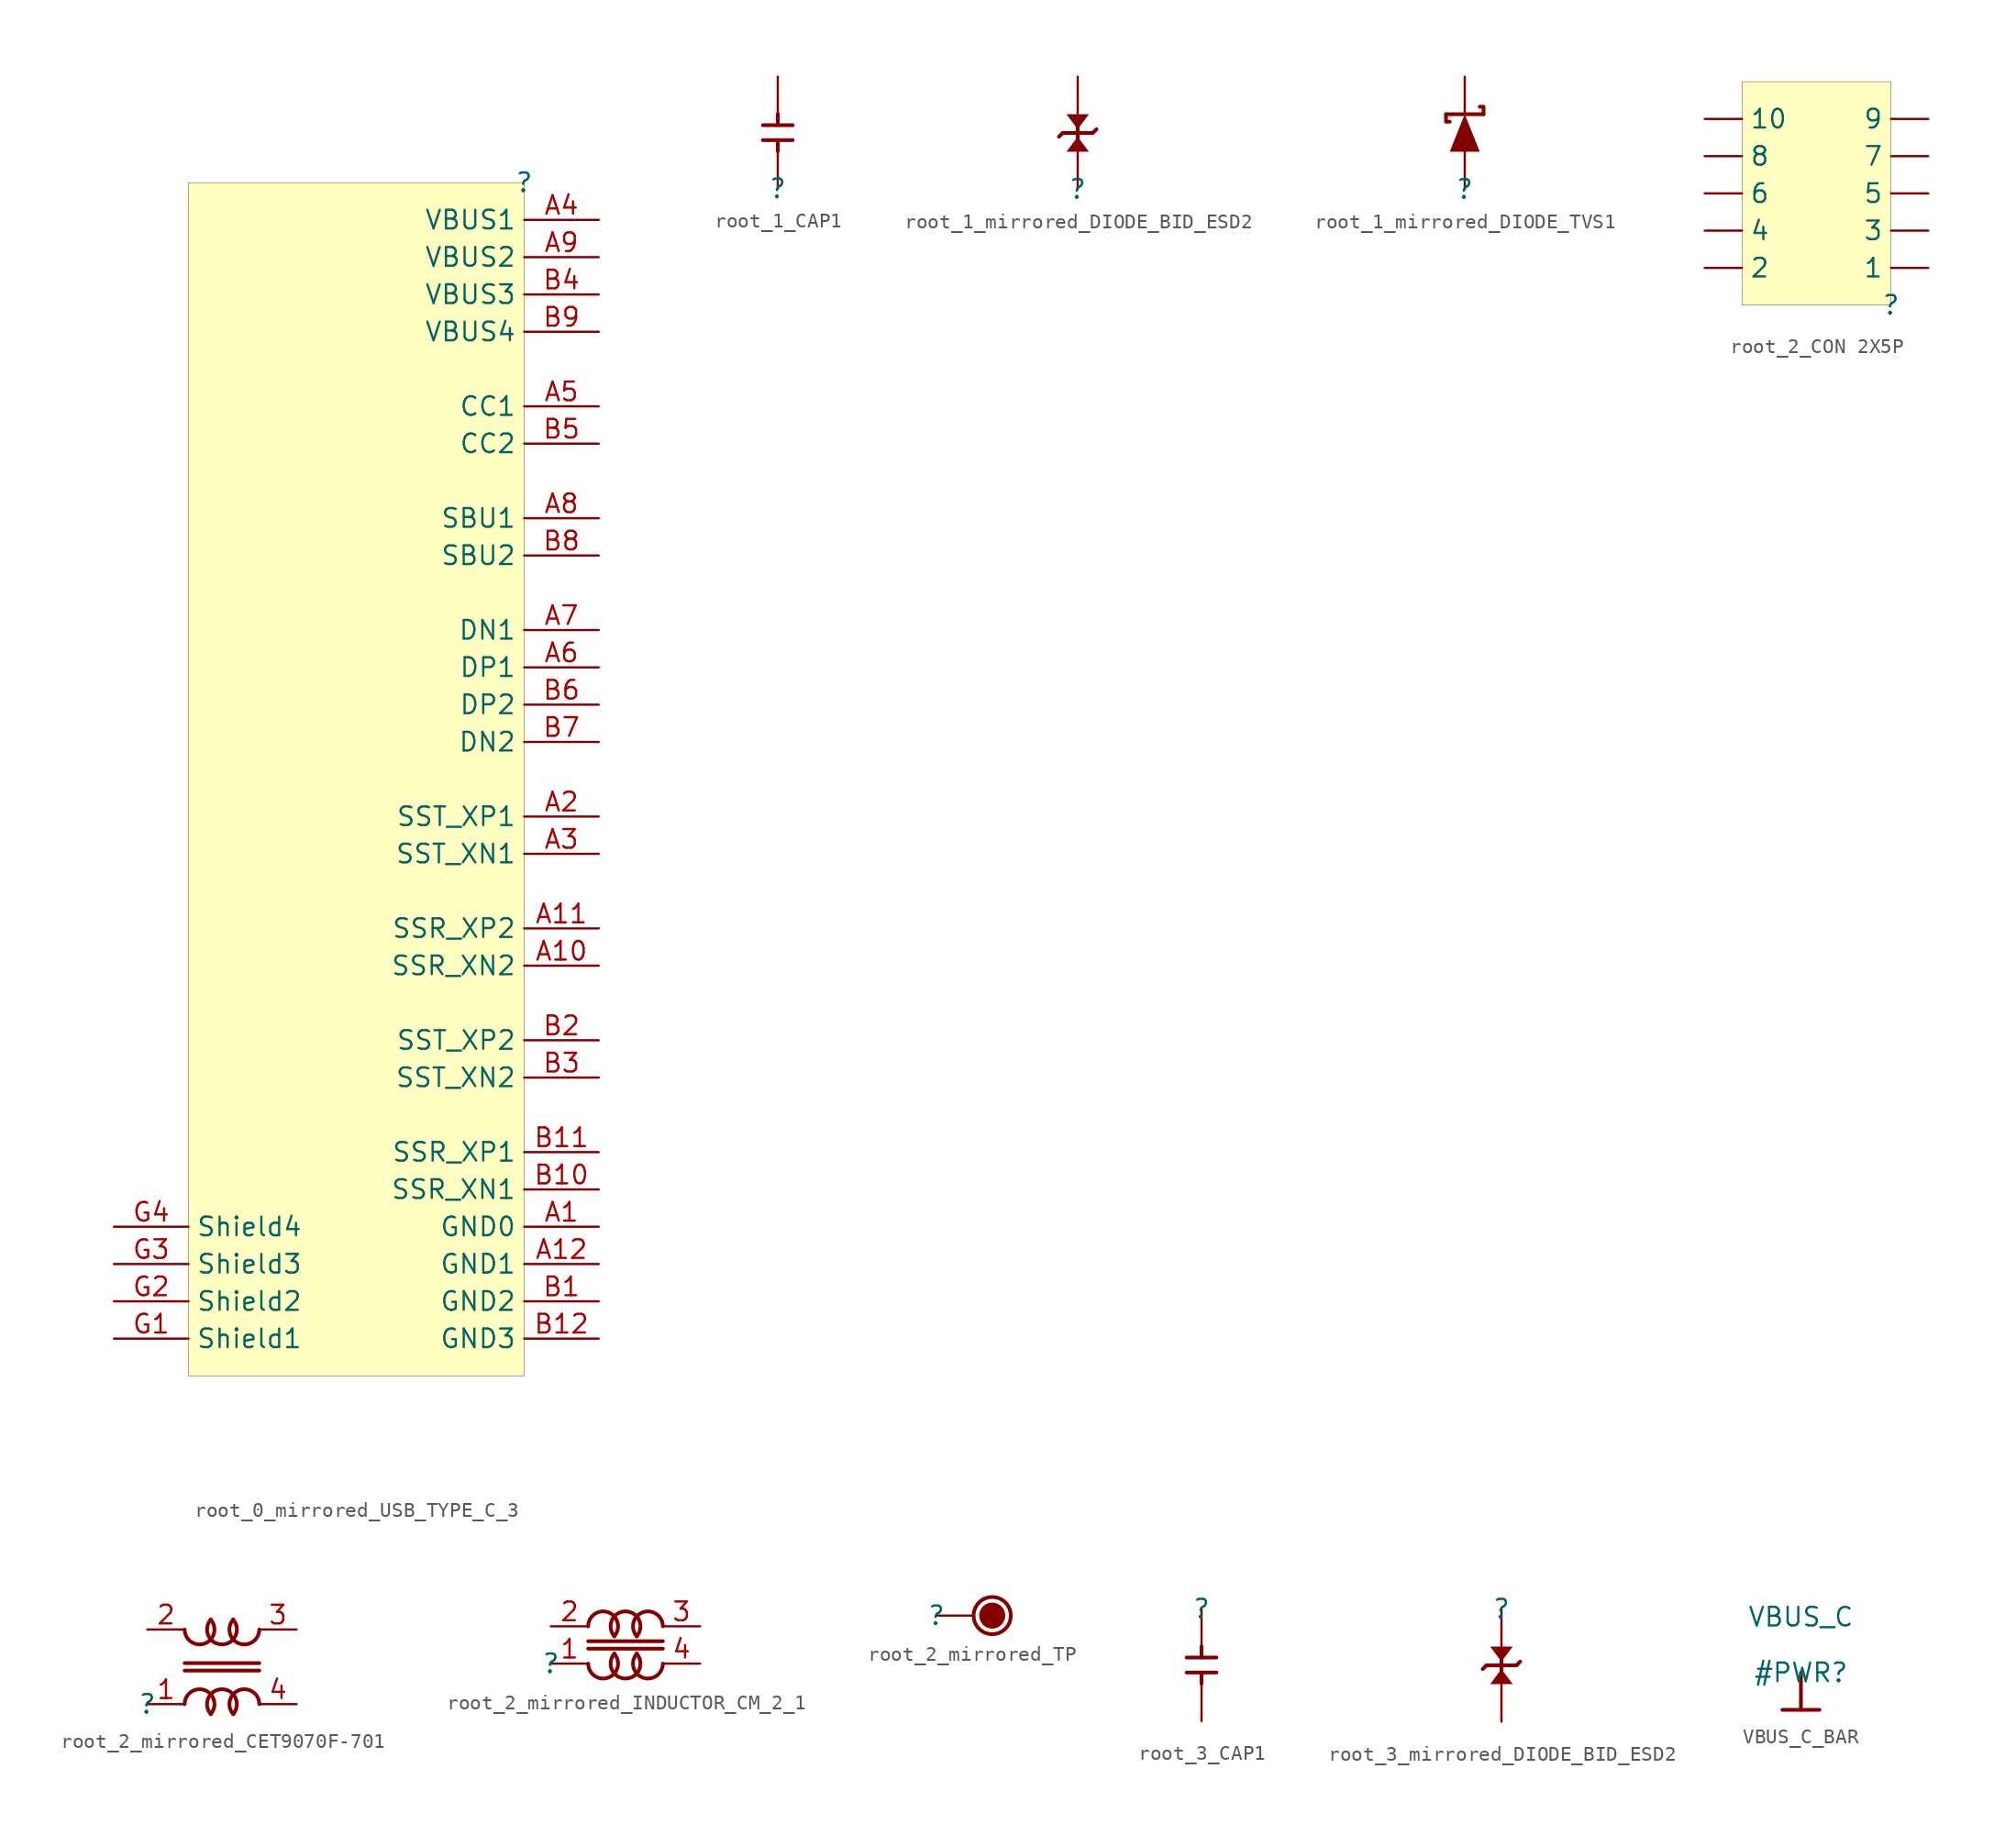
<source format=kicad_sym>
(kicad_symbol_lib
  (version 20231120)
  (generator "kicad_symbol_editor")
  (generator_version "8.0")
  (symbol "root_0_mirrored_USB_TYPE_C_3"
    (property "Reference" ""
      (at 0 0 0)
      (effects (font (size 1.27 1.27))))
    (property "Value" ""
      (at 0 0 0)
      (effects (font (size 1.27 1.27))))
    (symbol "root_0_mirrored_USB_TYPE_C_3_1_0"
      (rectangle (start 0 0) (end -22.86 -81.28) (stroke (width 0.025) (type solid) (color 128 0 0 1)) (fill (type background)))
      (pin passive line (at 5.08 -71.12 180) (length 5.08) (name "GND0" (effects (font (size 1.27 1.27)))) (number "A1" (effects (font (size 1.27 1.27)))))
      (pin passive line (at 5.08 -53.34 180) (length 5.08) (name "SSR_XN2" (effects (font (size 1.27 1.27)))) (number "A10" (effects (font (size 1.27 1.27)))))
      (pin passive line (at 5.08 -50.8 180) (length 5.08) (name "SSR_XP2" (effects (font (size 1.27 1.27)))) (number "A11" (effects (font (size 1.27 1.27)))))
      (pin passive line (at 5.08 -73.66 180) (length 5.08) (name "GND1" (effects (font (size 1.27 1.27)))) (number "A12" (effects (font (size 1.27 1.27)))))
      (pin passive line (at 5.08 -43.18 180) (length 5.08) (name "SST_XP1" (effects (font (size 1.27 1.27)))) (number "A2" (effects (font (size 1.27 1.27)))))
      (pin passive line (at 5.08 -45.72 180) (length 5.08) (name "SST_XN1" (effects (font (size 1.27 1.27)))) (number "A3" (effects (font (size 1.27 1.27)))))
      (pin passive line (at 5.08 -2.54 180) (length 5.08) (name "VBUS1" (effects (font (size 1.27 1.27)))) (number "A4" (effects (font (size 1.27 1.27)))))
      (pin passive line (at 5.08 -15.24 180) (length 5.08) (name "CC1" (effects (font (size 1.27 1.27)))) (number "A5" (effects (font (size 1.27 1.27)))))
      (pin passive line (at 5.08 -33.02 180) (length 5.08) (name "DP1" (effects (font (size 1.27 1.27)))) (number "A6" (effects (font (size 1.27 1.27)))))
      (pin passive line (at 5.08 -30.48 180) (length 5.08) (name "DN1" (effects (font (size 1.27 1.27)))) (number "A7" (effects (font (size 1.27 1.27)))))
      (pin passive line (at 5.08 -22.86 180) (length 5.08) (name "SBU1" (effects (font (size 1.27 1.27)))) (number "A8" (effects (font (size 1.27 1.27)))))
      (pin passive line (at 5.08 -5.08 180) (length 5.08) (name "VBUS2" (effects (font (size 1.27 1.27)))) (number "A9" (effects (font (size 1.27 1.27)))))
      (pin passive line (at 5.08 -76.2 180) (length 5.08) (name "GND2" (effects (font (size 1.27 1.27)))) (number "B1" (effects (font (size 1.27 1.27)))))
      (pin passive line (at 5.08 -68.58 180) (length 5.08) (name "SSR_XN1" (effects (font (size 1.27 1.27)))) (number "B10" (effects (font (size 1.27 1.27)))))
      (pin passive line (at 5.08 -66.04 180) (length 5.08) (name "SSR_XP1" (effects (font (size 1.27 1.27)))) (number "B11" (effects (font (size 1.27 1.27)))))
      (pin passive line (at 5.08 -78.74 180) (length 5.08) (name "GND3" (effects (font (size 1.27 1.27)))) (number "B12" (effects (font (size 1.27 1.27)))))
      (pin passive line (at 5.08 -58.42 180) (length 5.08) (name "SST_XP2" (effects (font (size 1.27 1.27)))) (number "B2" (effects (font (size 1.27 1.27)))))
      (pin passive line (at 5.08 -60.96 180) (length 5.08) (name "SST_XN2" (effects (font (size 1.27 1.27)))) (number "B3" (effects (font (size 1.27 1.27)))))
      (pin passive line (at 5.08 -7.62 180) (length 5.08) (name "VBUS3" (effects (font (size 1.27 1.27)))) (number "B4" (effects (font (size 1.27 1.27)))))
      (pin passive line (at 5.08 -17.78 180) (length 5.08) (name "CC2" (effects (font (size 1.27 1.27)))) (number "B5" (effects (font (size 1.27 1.27)))))
      (pin passive line (at 5.08 -35.56 180) (length 5.08) (name "DP2" (effects (font (size 1.27 1.27)))) (number "B6" (effects (font (size 1.27 1.27)))))
      (pin passive line (at 5.08 -38.1 180) (length 5.08) (name "DN2" (effects (font (size 1.27 1.27)))) (number "B7" (effects (font (size 1.27 1.27)))))
      (pin passive line (at 5.08 -25.4 180) (length 5.08) (name "SBU2" (effects (font (size 1.27 1.27)))) (number "B8" (effects (font (size 1.27 1.27)))))
      (pin passive line (at 5.08 -10.16 180) (length 5.08) (name "VBUS4" (effects (font (size 1.27 1.27)))) (number "B9" (effects (font (size 1.27 1.27)))))
      (pin passive line (at -27.94 -78.74 0) (length 5.08) (name "Shield1" (effects (font (size 1.27 1.27)))) (number "G1" (effects (font (size 1.27 1.27)))))
      (pin passive line (at -27.94 -76.2 0) (length 5.08) (name "Shield2" (effects (font (size 1.27 1.27)))) (number "G2" (effects (font (size 1.27 1.27)))))
      (pin passive line (at -27.94 -73.66 0) (length 5.08) (name "Shield3" (effects (font (size 1.27 1.27)))) (number "G3" (effects (font (size 1.27 1.27)))))
      (pin passive line (at -27.94 -71.12 0) (length 5.08) (name "Shield4" (effects (font (size 1.27 1.27)))) (number "G4" (effects (font (size 1.27 1.27)))))))
  (symbol "root_1_CAP1"
    (property "Reference" ""
      (at 0 0 0)
      (effects (font (size 1.27 1.27))))
    (property "Value" ""
      (at 0 0 0)
      (effects (font (size 1.27 1.27))))
    (symbol "root_1_CAP1_1_0"
      (polyline (pts (xy -1.016 3.302) (xy 1.016 3.302)) (stroke (width 0.254) (type solid)) (fill (type none)))
      (polyline (pts (xy -1.016 4.318) (xy 1.016 4.318)) (stroke (width 0.254) (type solid)) (fill (type none)))
      (polyline (pts (xy 0 2.54) (xy 0 3.302)) (stroke (width 0.254) (type solid)) (fill (type none)))
      (polyline (pts (xy 0 5.08) (xy 0 4.318)) (stroke (width 0.254) (type solid)) (fill (type none)))
      (pin passive line (at 0 0 90) (length 2.54) (name "1" (effects (font (size 0 0)))) (number "1" (effects (font (size 0 0)))))
      (pin passive line (at 0 7.62 270) (length 2.54) (name "2" (effects (font (size 0 0)))) (number "2" (effects (font (size 0 0)))))))
  (symbol "root_1_mirrored_DIODE_BID_ESD2"
    (property "Reference" ""
      (at 0 0 0)
      (effects (font (size 1.27 1.27))))
    (property "Value" ""
      (at 0 0 0)
      (effects (font (size 1.27 1.27))))
    (symbol "root_1_mirrored_DIODE_BID_ESD2_1_0"
      (polyline (pts (xy -1.016 3.81) (xy -1.27 3.556)) (stroke (width 0.254) (type solid)) (fill (type none)))
      (polyline (pts (xy 0 3.302) (xy 0 4.318)) (stroke (width 0.254) (type solid)) (fill (type none)))
      (polyline (pts (xy 1.016 3.81) (xy -1.016 3.81)) (stroke (width 0.254) (type solid)) (fill (type none)))
      (polyline (pts (xy 1.016 3.81) (xy 1.27 4.064)) (stroke (width 0.254) (type solid)) (fill (type none)))
      (polyline (pts (xy 0 3.556) (xy 0.762 2.54) (xy -0.762 2.54) (xy 0 3.556)) (stroke (width -0.0001) (type solid)) (fill (type outline)))
      (polyline (pts (xy 0 4.064) (xy -0.762 5.08) (xy 0.762 5.08) (xy 0 4.064)) (stroke (width -0.0001) (type solid)) (fill (type outline)))
      (pin passive line (at 0 0 90) (length 2.54) (name "1" (effects (font (size 0 0)))) (number "1" (effects (font (size 0 0)))))
      (pin passive line (at 0 7.62 270) (length 2.54) (name "2" (effects (font (size 0 0)))) (number "2" (effects (font (size 0 0)))))))
  (symbol "root_1_mirrored_DIODE_TVS1"
    (property "Reference" ""
      (at 0 0 0)
      (effects (font (size 1.27 1.27))))
    (property "Value" ""
      (at 0 0 0)
      (effects (font (size 1.27 1.27))))
    (symbol "root_1_mirrored_DIODE_TVS1_1_0"
      (polyline (pts (xy 1.27 5.08) (xy -1.27 5.08)) (stroke (width 0.254) (type solid)) (fill (type none)))
      (polyline (pts (xy -1.27 5.08) (xy -1.27 4.572) (xy -1.016 4.572)) (stroke (width 0.254) (type solid)) (fill (type none)))
      (polyline (pts (xy 1.27 5.08) (xy 1.27 5.588) (xy 1.016 5.588)) (stroke (width 0.254) (type solid)) (fill (type none)))
      (polyline (pts (xy 0 5.08) (xy 1.016 2.54) (xy -1.016 2.54) (xy 0 5.08)) (stroke (width -0.0001) (type solid)) (fill (type outline)))
      (pin passive line (at 0 0 90) (length 2.54) (name "A" (effects (font (size 0 0)))) (number "A" (effects (font (size 0 0)))))
      (pin passive line (at 0 7.62 270) (length 2.54) (name "K" (effects (font (size 0 0)))) (number "K" (effects (font (size 0 0)))))))
  (symbol "root_2_CON 2X5P"
    (property "Reference" ""
      (at 0 0 0)
      (effects (font (size 1.27 1.27))))
    (property "Value" ""
      (at 0 0 0)
      (effects (font (size 1.27 1.27))))
    (symbol "root_2_CON 2X5P_1_0"
      (rectangle (start 0 15.24) (end -10.16 0) (stroke (width 0.025) (type solid) (color 128 0 0 1)) (fill (type background)))
      (pin passive line (at 2.54 2.54 180) (length 2.54) (name "1" (effects (font (size 1.27 1.27)))) (number "1" (effects (font (size 0 0)))))
      (pin passive line (at -12.7 12.7 0) (length 2.54) (name "10" (effects (font (size 1.27 1.27)))) (number "10" (effects (font (size 0 0)))))
      (pin passive line (at -12.7 2.54 0) (length 2.54) (name "2" (effects (font (size 1.27 1.27)))) (number "2" (effects (font (size 0 0)))))
      (pin passive line (at 2.54 5.08 180) (length 2.54) (name "3" (effects (font (size 1.27 1.27)))) (number "3" (effects (font (size 0 0)))))
      (pin passive line (at -12.7 5.08 0) (length 2.54) (name "4" (effects (font (size 1.27 1.27)))) (number "4" (effects (font (size 0 0)))))
      (pin passive line (at 2.54 7.62 180) (length 2.54) (name "5" (effects (font (size 1.27 1.27)))) (number "5" (effects (font (size 0 0)))))
      (pin passive line (at -12.7 7.62 0) (length 2.54) (name "6" (effects (font (size 1.27 1.27)))) (number "6" (effects (font (size 0 0)))))
      (pin passive line (at 2.54 10.16 180) (length 2.54) (name "7" (effects (font (size 1.27 1.27)))) (number "7" (effects (font (size 0 0)))))
      (pin passive line (at -12.7 10.16 0) (length 2.54) (name "8" (effects (font (size 1.27 1.27)))) (number "8" (effects (font (size 0 0)))))
      (pin passive line (at 2.54 12.7 180) (length 2.54) (name "9" (effects (font (size 1.27 1.27)))) (number "9" (effects (font (size 0 0)))))))
  (symbol "root_2_mirrored_CET9070F-701"
    (property "Reference" ""
      (at 0 0 0)
      (effects (font (size 1.27 1.27))))
    (property "Value" ""
      (at 0 0 0)
      (effects (font (size 1.27 1.27))))
    (symbol "root_2_mirrored_CET9070F-701_1_0"
      (polyline (pts (xy 2.54 2.286) (xy 7.62 2.286)) (stroke (width 0.254) (type solid)) (fill (type none)))
      (polyline (pts (xy 2.54 2.794) (xy 7.62 2.794)) (stroke (width 0.254) (type solid)) (fill (type none)))
      (arc (start 2.54 5.08) (mid 3.9201 4.1315) (end 4.311 5.7598) (stroke (width 0.254) (type solid)) (fill (type none)))
      (arc (start 4.311 -0.6798) (mid 3.9201 0.9485) (end 2.5401 0) (stroke (width 0.254) (type solid)) (fill (type none)))
      (arc (start 4.325 5.7598) (mid 5.08 4.0641) (end 5.835 5.7598) (stroke (width 0.254) (type solid)) (fill (type none)))
      (arc (start 5.835 -0.6798) (mid 5.08 1.0159) (end 4.325 -0.6798) (stroke (width 0.254) (type solid)) (fill (type none)))
      (arc (start 5.849 5.7598) (mid 6.2399 4.1315) (end 7.6199 5.08) (stroke (width 0.254) (type solid)) (fill (type none)))
      (arc (start 7.62 0) (mid 6.2399 0.9485) (end 5.849 -0.6798) (stroke (width 0.254) (type solid)) (fill (type none)))
      (pin passive line (at 0 0 0) (length 2.54) (name "1" (effects (font (size 0 0)))) (number "1" (effects (font (size 1.27 1.27)))))
      (pin passive line (at 0 5.08 0) (length 2.54) (name "2" (effects (font (size 0 0)))) (number "2" (effects (font (size 1.27 1.27)))))
      (pin passive line (at 10.16 5.08 180) (length 2.54) (name "3" (effects (font (size 0 0)))) (number "3" (effects (font (size 1.27 1.27)))))
      (pin passive line (at 10.16 0 180) (length 2.54) (name "4" (effects (font (size 0 0)))) (number "4" (effects (font (size 1.27 1.27)))))))
  (symbol "root_2_mirrored_INDUCTOR_CM_2_1"
    (property "Reference" ""
      (at 0 0 0)
      (effects (font (size 1.27 1.27))))
    (property "Value" ""
      (at 0 0 0)
      (effects (font (size 1.27 1.27))))
    (symbol "root_2_mirrored_INDUCTOR_CM_2_1_1_0"
      (polyline (pts (xy 2.54 1.016) (xy 7.62 1.016)) (stroke (width 0.254) (type solid)) (fill (type none)))
      (polyline (pts (xy 2.54 1.524) (xy 7.62 1.524)) (stroke (width 0.254) (type solid)) (fill (type none)))
      (arc (start 2.54 0) (mid 3.9201 -0.9485) (end 4.311 0.6798) (stroke (width 0.254) (type solid)) (fill (type none)))
      (arc (start 4.311 1.8602) (mid 3.9201 3.4885) (end 2.5401 2.54) (stroke (width 0.254) (type solid)) (fill (type none)))
      (arc (start 4.325 0.6798) (mid 5.08 -1.0159) (end 5.835 0.6798) (stroke (width 0.254) (type solid)) (fill (type none)))
      (arc (start 5.835 1.8602) (mid 5.08 3.5559) (end 4.325 1.8602) (stroke (width 0.254) (type solid)) (fill (type none)))
      (arc (start 5.849 0.6798) (mid 6.2399 -0.9485) (end 7.6199 0) (stroke (width 0.254) (type solid)) (fill (type none)))
      (arc (start 7.62 2.54) (mid 6.2399 3.4885) (end 5.849 1.8602) (stroke (width 0.254) (type solid)) (fill (type none)))
      (pin passive line (at 0 0 0) (length 2.54) (name "1" (effects (font (size 0 0)))) (number "1" (effects (font (size 1.27 1.27)))))
      (pin passive line (at 0 2.54 0) (length 2.54) (name "2" (effects (font (size 0 0)))) (number "2" (effects (font (size 1.27 1.27)))))
      (pin passive line (at 10.16 2.54 180) (length 2.54) (name "3" (effects (font (size 0 0)))) (number "3" (effects (font (size 1.27 1.27)))))
      (pin passive line (at 10.16 0 180) (length 2.54) (name "4" (effects (font (size 0 0)))) (number "4" (effects (font (size 1.27 1.27)))))))
  (symbol "root_2_mirrored_TP"
    (property "Reference" ""
      (at 0 0 0)
      (effects (font (size 1.27 1.27))))
    (property "Value" ""
      (at 0 0 0)
      (effects (font (size 1.27 1.27))))
    (symbol "root_2_mirrored_TP_1_0"
      (circle (center 3.81 0) (radius 0.762) (stroke (width 0.254) (type solid)) (fill (type outline)))
      (circle (center 3.81 0) (radius 1.27) (stroke (width 0.254) (type solid)) (fill (type none)))
      (pin passive line (at 0 0 0) (length 2.54) (name "1" (effects (font (size 0 0)))) (number "1" (effects (font (size 0 0)))))))
  (symbol "root_3_CAP1"
    (property "Reference" ""
      (at 0 0 0)
      (effects (font (size 1.27 1.27))))
    (property "Value" ""
      (at 0 0 0)
      (effects (font (size 1.27 1.27))))
    (symbol "root_3_CAP1_1_0"
      (polyline (pts (xy 0 -5.08) (xy 0 -4.318)) (stroke (width 0.254) (type solid)) (fill (type none)))
      (polyline (pts (xy 0 -2.54) (xy 0 -3.302)) (stroke (width 0.254) (type solid)) (fill (type none)))
      (polyline (pts (xy 1.016 -4.318) (xy -1.016 -4.318)) (stroke (width 0.254) (type solid)) (fill (type none)))
      (polyline (pts (xy 1.016 -3.302) (xy -1.016 -3.302)) (stroke (width 0.254) (type solid)) (fill (type none)))
      (pin passive line (at 0 0 270) (length 2.54) (name "1" (effects (font (size 0 0)))) (number "1" (effects (font (size 0 0)))))
      (pin passive line (at 0 -7.62 90) (length 2.54) (name "2" (effects (font (size 0 0)))) (number "2" (effects (font (size 0 0)))))))
  (symbol "root_3_mirrored_DIODE_BID_ESD2"
    (property "Reference" ""
      (at 0 0 0)
      (effects (font (size 1.27 1.27))))
    (property "Value" ""
      (at 0 0 0)
      (effects (font (size 1.27 1.27))))
    (symbol "root_3_mirrored_DIODE_BID_ESD2_1_0"
      (polyline (pts (xy -1.016 -3.81) (xy -1.27 -4.064)) (stroke (width 0.254) (type solid)) (fill (type none)))
      (polyline (pts (xy -1.016 -3.81) (xy 1.016 -3.81)) (stroke (width 0.254) (type solid)) (fill (type none)))
      (polyline (pts (xy 0 -3.302) (xy 0 -4.318)) (stroke (width 0.254) (type solid)) (fill (type none)))
      (polyline (pts (xy 1.016 -3.81) (xy 1.27 -3.556)) (stroke (width 0.254) (type solid)) (fill (type none)))
      (polyline (pts (xy 0 -4.064) (xy 0.762 -5.08) (xy -0.762 -5.08) (xy 0 -4.064)) (stroke (width -0.0001) (type solid)) (fill (type outline)))
      (polyline (pts (xy 0 -3.556) (xy -0.762 -2.54) (xy 0.762 -2.54) (xy 0 -3.556)) (stroke (width -0.0001) (type solid)) (fill (type outline)))
      (pin passive line (at 0 0 270) (length 2.54) (name "1" (effects (font (size 0 0)))) (number "1" (effects (font (size 0 0)))))
      (pin passive line (at 0 -7.62 90) (length 2.54) (name "2" (effects (font (size 0 0)))) (number "2" (effects (font (size 0 0)))))))
  (symbol "VBUS_C_BAR"
    (power)
    (property "Reference" "#PWR"
      (at 0 0 0)
      (effects (font (size 1.27 1.27))))
    (property "Value" "VBUS_C"
      (at 0 3.81 0)
      (effects (font (size 1.27 1.27))))
    (symbol "VBUS_C_BAR_0_0"
      (polyline (pts (xy -1.27 -2.54) (xy 1.27 -2.54)) (stroke (width 0.254) (type solid)) (fill (type none)))
      (polyline (pts (xy 0 0) (xy 0 -2.54)) (stroke (width 0.254) (type solid)) (fill (type none)))
      (pin power_in line (at 0 0 0) (length 0) hide (name "VBUS_C" (effects (font (size 1.27 1.27)))) (number "" (effects (font (size 1.27 1.27))))))))
</source>
